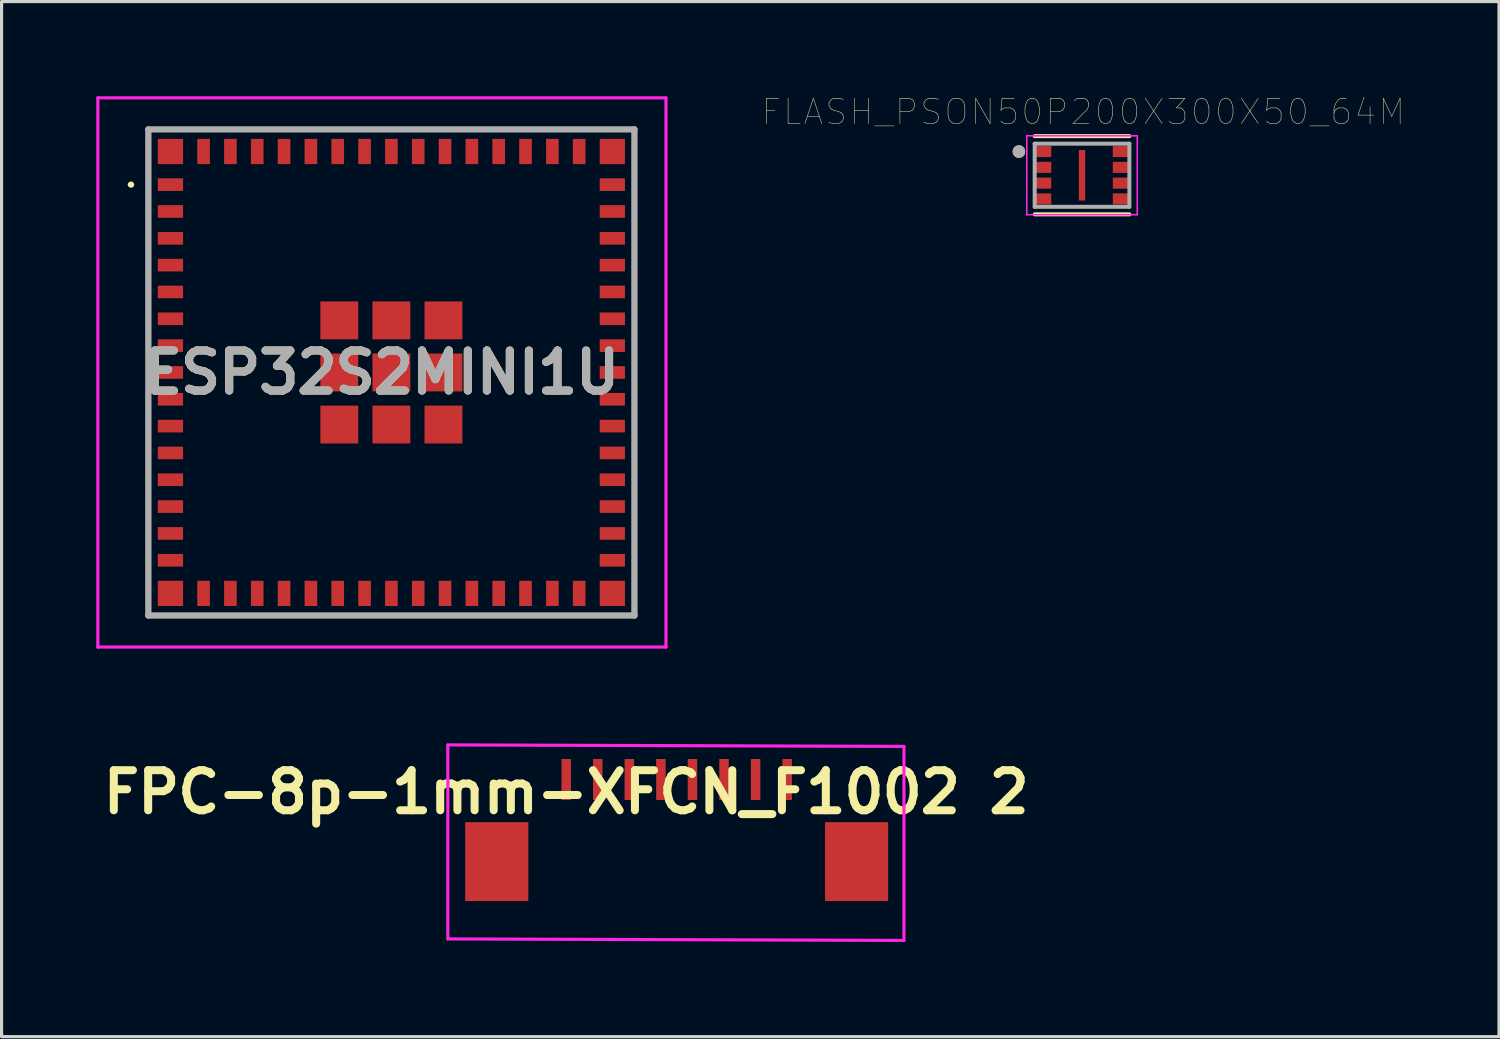
<source format=kicad_pcb>
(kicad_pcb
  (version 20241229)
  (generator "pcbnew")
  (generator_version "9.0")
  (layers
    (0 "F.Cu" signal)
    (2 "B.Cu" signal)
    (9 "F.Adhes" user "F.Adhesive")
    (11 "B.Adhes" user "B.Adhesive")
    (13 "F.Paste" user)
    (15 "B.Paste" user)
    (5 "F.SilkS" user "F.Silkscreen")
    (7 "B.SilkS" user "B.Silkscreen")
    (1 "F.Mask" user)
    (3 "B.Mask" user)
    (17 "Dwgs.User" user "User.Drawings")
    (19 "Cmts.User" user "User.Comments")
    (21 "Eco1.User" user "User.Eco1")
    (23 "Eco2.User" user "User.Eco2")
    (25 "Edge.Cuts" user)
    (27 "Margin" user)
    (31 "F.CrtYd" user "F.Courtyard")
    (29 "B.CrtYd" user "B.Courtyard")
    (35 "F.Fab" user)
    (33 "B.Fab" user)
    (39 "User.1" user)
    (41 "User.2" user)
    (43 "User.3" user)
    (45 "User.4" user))
  (footprint "ESP32S2MINI1U"
    (layer "F.Cu")
    (at 9.35 8.75)
    (property "Reference" "ESP32S2MINI1U" (at -0.3 0 0) (layer "F.SilkS") (effects (font (size 1.27 1.27) (thickness 0.254))))
    (attr smd)
    (fp_line (start -8.3 -5.95) (end -8.3 -5.95) (stroke (width 0.1) (type solid)) (layer "F.SilkS"))
    (fp_line (start -8.2 -5.95) (end -8.2 -5.95) (stroke (width 0.1) (type solid)) (layer "F.SilkS"))
    (fp_arc (start -8.3 -5.95) (mid -8.25 -6) (end -8.2 -5.95) (stroke (width 0.1) (type solid)) (layer "F.SilkS"))
    (fp_arc (start -8.2 -5.95) (mid -8.25 -5.9) (end -8.3 -5.95) (stroke (width 0.1) (type solid)) (layer "F.SilkS"))
    (fp_line (start -9.3 -8.7) (end 8.7 -8.7) (stroke (width 0.1) (type solid)) (layer "F.CrtYd"))
    (fp_line (start -9.3 8.7) (end -9.3 -8.7) (stroke (width 0.1) (type solid)) (layer "F.CrtYd"))
    (fp_line (start 8.7 -8.7) (end 8.7 8.7) (stroke (width 0.1) (type solid)) (layer "F.CrtYd"))
    (fp_line (start 8.7 8.7) (end -9.3 8.7) (stroke (width 0.1) (type solid)) (layer "F.CrtYd"))
    (fp_line (start -7.7 -7.7) (end 7.7 -7.7) (stroke (width 0.2) (type solid)) (layer "F.Fab"))
    (fp_line (start -7.7 7.7) (end -7.7 -7.7) (stroke (width 0.2) (type solid)) (layer "F.Fab"))
    (fp_line (start 7.7 -7.7) (end 7.7 7.7) (stroke (width 0.2) (type solid)) (layer "F.Fab"))
    (fp_line (start 7.7 7.7) (end -7.7 7.7) (stroke (width 0.2) (type solid)) (layer "F.Fab"))
    (fp_text user "${REFERENCE}" (at -0.3 0 0) (layer "F.Fab") (effects (font (size 1.27 1.27) (thickness 0.254))))
    (pad "1" smd rect (at -7 -5.95 90) (size 0.4 0.8) (layers "F.Cu" "F.Mask" "F.Paste"))
    (pad "2" smd rect (at -7 -5.1 90) (size 0.4 0.8) (layers "F.Cu" "F.Mask" "F.Paste"))
    (pad "3" smd rect (at -7 -4.25 90) (size 0.4 0.8) (layers "F.Cu" "F.Mask" "F.Paste"))
    (pad "4" smd rect (at -7 -3.4 90) (size 0.4 0.8) (layers "F.Cu" "F.Mask" "F.Paste"))
    (pad "5" smd rect (at -7 -2.55 90) (size 0.4 0.8) (layers "F.Cu" "F.Mask" "F.Paste"))
    (pad "6" smd rect (at -7 -1.7 90) (size 0.4 0.8) (layers "F.Cu" "F.Mask" "F.Paste"))
    (pad "7" smd rect (at -7 -0.85 90) (size 0.4 0.8) (layers "F.Cu" "F.Mask" "F.Paste"))
    (pad "8" smd rect (at -7 0 90) (size 0.4 0.8) (layers "F.Cu" "F.Mask" "F.Paste"))
    (pad "9" smd rect (at -7 0.85 90) (size 0.4 0.8) (layers "F.Cu" "F.Mask" "F.Paste"))
    (pad "10" smd rect (at -7 1.7 90) (size 0.4 0.8) (layers "F.Cu" "F.Mask" "F.Paste"))
    (pad "11" smd rect (at -7 2.55 90) (size 0.4 0.8) (layers "F.Cu" "F.Mask" "F.Paste"))
    (pad "12" smd rect (at -7 3.4 90) (size 0.4 0.8) (layers "F.Cu" "F.Mask" "F.Paste"))
    (pad "13" smd rect (at -7 4.25 90) (size 0.4 0.8) (layers "F.Cu" "F.Mask" "F.Paste"))
    (pad "14" smd rect (at -7 5.1 90) (size 0.4 0.8) (layers "F.Cu" "F.Mask" "F.Paste"))
    (pad "15" smd rect (at -7 5.95 90) (size 0.4 0.8) (layers "F.Cu" "F.Mask" "F.Paste"))
    (pad "16" smd rect (at -5.95 7) (size 0.4 0.8) (layers "F.Cu" "F.Mask" "F.Paste"))
    (pad "17" smd rect (at -5.1 7) (size 0.4 0.8) (layers "F.Cu" "F.Mask" "F.Paste"))
    (pad "18" smd rect (at -4.25 7) (size 0.4 0.8) (layers "F.Cu" "F.Mask" "F.Paste"))
    (pad "19" smd rect (at -3.4 7) (size 0.4 0.8) (layers "F.Cu" "F.Mask" "F.Paste"))
    (pad "20" smd rect (at -2.55 7) (size 0.4 0.8) (layers "F.Cu" "F.Mask" "F.Paste"))
    (pad "21" smd rect (at -1.7 7) (size 0.4 0.8) (layers "F.Cu" "F.Mask" "F.Paste"))
    (pad "22" smd rect (at -0.85 7) (size 0.4 0.8) (layers "F.Cu" "F.Mask" "F.Paste"))
    (pad "23" smd rect (at 0 7) (size 0.4 0.8) (layers "F.Cu" "F.Mask" "F.Paste"))
    (pad "24" smd rect (at 0.85 7) (size 0.4 0.8) (layers "F.Cu" "F.Mask" "F.Paste"))
    (pad "25" smd rect (at 1.7 7) (size 0.4 0.8) (layers "F.Cu" "F.Mask" "F.Paste"))
    (pad "26" smd rect (at 2.55 7) (size 0.4 0.8) (layers "F.Cu" "F.Mask" "F.Paste"))
    (pad "27" smd rect (at 3.4 7) (size 0.4 0.8) (layers "F.Cu" "F.Mask" "F.Paste"))
    (pad "28" smd rect (at 4.25 7) (size 0.4 0.8) (layers "F.Cu" "F.Mask" "F.Paste"))
    (pad "29" smd rect (at 5.1 7) (size 0.4 0.8) (layers "F.Cu" "F.Mask" "F.Paste"))
    (pad "30" smd rect (at 5.95 7) (size 0.4 0.8) (layers "F.Cu" "F.Mask" "F.Paste"))
    (pad "31" smd rect (at 7 5.95 90) (size 0.4 0.8) (layers "F.Cu" "F.Mask" "F.Paste"))
    (pad "32" smd rect (at 7 5.1 90) (size 0.4 0.8) (layers "F.Cu" "F.Mask" "F.Paste"))
    (pad "33" smd rect (at 7 4.25 90) (size 0.4 0.8) (layers "F.Cu" "F.Mask" "F.Paste"))
    (pad "34" smd rect (at 7 3.4 90) (size 0.4 0.8) (layers "F.Cu" "F.Mask" "F.Paste"))
    (pad "35" smd rect (at 7 2.55 90) (size 0.4 0.8) (layers "F.Cu" "F.Mask" "F.Paste"))
    (pad "36" smd rect (at 7 1.7 90) (size 0.4 0.8) (layers "F.Cu" "F.Mask" "F.Paste"))
    (pad "37" smd rect (at 7 0.85 90) (size 0.4 0.8) (layers "F.Cu" "F.Mask" "F.Paste"))
    (pad "38" smd rect (at 7 0 90) (size 0.4 0.8) (layers "F.Cu" "F.Mask" "F.Paste"))
    (pad "39" smd rect (at 7 -0.85 90) (size 0.4 0.8) (layers "F.Cu" "F.Mask" "F.Paste"))
    (pad "40" smd rect (at 7 -1.7 90) (size 0.4 0.8) (layers "F.Cu" "F.Mask" "F.Paste"))
    (pad "41" smd rect (at 7 -2.55 90) (size 0.4 0.8) (layers "F.Cu" "F.Mask" "F.Paste"))
    (pad "42" smd rect (at 7 -3.4 90) (size 0.4 0.8) (layers "F.Cu" "F.Mask" "F.Paste"))
    (pad "43" smd rect (at 7 -4.25 90) (size 0.4 0.8) (layers "F.Cu" "F.Mask" "F.Paste"))
    (pad "44" smd rect (at 7 -5.1 90) (size 0.4 0.8) (layers "F.Cu" "F.Mask" "F.Paste"))
    (pad "45" smd rect (at 7 -5.95 90) (size 0.4 0.8) (layers "F.Cu" "F.Mask" "F.Paste"))
    (pad "46" smd rect (at 5.95 -7) (size 0.4 0.8) (layers "F.Cu" "F.Mask" "F.Paste"))
    (pad "47" smd rect (at 5.1 -7) (size 0.4 0.8) (layers "F.Cu" "F.Mask" "F.Paste"))
    (pad "48" smd rect (at 4.25 -7) (size 0.4 0.8) (layers "F.Cu" "F.Mask" "F.Paste"))
    (pad "49" smd rect (at 3.4 -7) (size 0.4 0.8) (layers "F.Cu" "F.Mask" "F.Paste"))
    (pad "50" smd rect (at 2.55 -7) (size 0.4 0.8) (layers "F.Cu" "F.Mask" "F.Paste"))
    (pad "51" smd rect (at 1.7 -7) (size 0.4 0.8) (layers "F.Cu" "F.Mask" "F.Paste"))
    (pad "52" smd rect (at 0.85 -7) (size 0.4 0.8) (layers "F.Cu" "F.Mask" "F.Paste"))
    (pad "53" smd rect (at 0 -7) (size 0.4 0.8) (layers "F.Cu" "F.Mask" "F.Paste"))
    (pad "54" smd rect (at -0.85 -7) (size 0.4 0.8) (layers "F.Cu" "F.Mask" "F.Paste"))
    (pad "55" smd rect (at -1.7 -7) (size 0.4 0.8) (layers "F.Cu" "F.Mask" "F.Paste"))
    (pad "56" smd rect (at -2.55 -7) (size 0.4 0.8) (layers "F.Cu" "F.Mask" "F.Paste"))
    (pad "57" smd rect (at -3.4 -7) (size 0.4 0.8) (layers "F.Cu" "F.Mask" "F.Paste"))
    (pad "58" smd rect (at -4.25 -7) (size 0.4 0.8) (layers "F.Cu" "F.Mask" "F.Paste"))
    (pad "59" smd rect (at -5.1 -7) (size 0.4 0.8) (layers "F.Cu" "F.Mask" "F.Paste"))
    (pad "60" smd rect (at -5.95 -7) (size 0.4 0.8) (layers "F.Cu" "F.Mask" "F.Paste"))
    (pad "61" smd rect (at 0 0 90) (size 1.2 1.2) (layers "F.Cu" "F.Mask" "F.Paste"))
    (pad "62" smd rect (at -7 -7 90) (size 0.8 0.8) (layers "F.Cu" "F.Mask" "F.Paste"))
    (pad "63" smd rect (at -7 7 90) (size 0.8 0.8) (layers "F.Cu" "F.Mask" "F.Paste"))
    (pad "64" smd rect (at 7 7 90) (size 0.8 0.8) (layers "F.Cu" "F.Mask" "F.Paste"))
    (pad "65" smd rect (at 7 -7 90) (size 0.8 0.8) (layers "F.Cu" "F.Mask" "F.Paste"))
    (pad "66" smd rect (at -1.65 -1.65 90) (size 1.2 1.2) (layers "F.Cu" "F.Mask" "F.Paste"))
    (pad "67" smd rect (at -1.65 0 90) (size 1.2 1.2) (layers "F.Cu" "F.Mask" "F.Paste"))
    (pad "68" smd rect (at -1.65 1.65 90) (size 1.2 1.2) (layers "F.Cu" "F.Mask" "F.Paste"))
    (pad "69" smd rect (at 0 1.65 90) (size 1.2 1.2) (layers "F.Cu" "F.Mask" "F.Paste"))
    (pad "70" smd rect (at 1.65 1.65 90) (size 1.2 1.2) (layers "F.Cu" "F.Mask" "F.Paste"))
    (pad "71" smd rect (at 1.65 0 90) (size 1.2 1.2) (layers "F.Cu" "F.Mask" "F.Paste"))
    (pad "72" smd rect (at 1.65 -1.65 90) (size 1.2 1.2) (layers "F.Cu" "F.Mask" "F.Paste"))
    (pad "73" smd rect (at 0 -1.65 90) (size 1.2 1.2) (layers "F.Cu" "F.Mask" "F.Paste")))
  (footprint "FPC-8p-1mm-XFCN_F1002 2"
    (layer "F.Cu")
    (at 14.889 21.647)
    (property "Reference" "FPC-8p-1mm-XFCN_F1002 2" (at 0 0.4 0) (layer "F.SilkS") (effects (font (size 1.27 1.27) (thickness 0.254))))
    (attr through_hole)
    (fp_line (start -3.75 -1.097) (end -3.75 5.05) (stroke (width 0.1) (type solid)) (layer "F.CrtYd"))
    (fp_line (start -3.75 5.05) (end 10.7 5.098) (stroke (width 0.1) (type solid)) (layer "F.CrtYd"))
    (fp_line (start 10.7 -1.049) (end -3.75 -1.097) (stroke (width 0.1) (type solid)) (layer "F.CrtYd"))
    (fp_line (start 10.7 5.098) (end 10.7 -1.049) (stroke (width 0.1) (type solid)) (layer "F.CrtYd"))
    (pad "0" smd rect (at -2.2 2.6) (size 2 2.5) (layers "F.Cu" "F.Mask" "F.Paste"))
    (pad "0" smd rect (at 9.2 2.6) (size 2 2.5) (layers "F.Cu" "F.Mask" "F.Paste"))
    (pad "1" smd rect (at 0 0) (size 0.3 1.3) (layers "F.Cu" "F.Mask" "F.Paste"))
    (pad "2" smd rect (at 1 0) (size 0.3 1.3) (layers "F.Cu" "F.Mask" "F.Paste"))
    (pad "3" smd rect (at 2 0) (size 0.3 1.3) (layers "F.Cu" "F.Mask" "F.Paste"))
    (pad "4" smd rect (at 3 0) (size 0.3 1.3) (layers "F.Cu" "F.Mask" "F.Paste"))
    (pad "5" smd rect (at 4 0) (size 0.3 1.3) (layers "F.Cu" "F.Mask" "F.Paste"))
    (pad "6" smd rect (at 5 0) (size 0.3 1.3) (layers "F.Cu" "F.Mask" "F.Paste"))
    (pad "7" smd rect (at 6 0) (size 0.3 1.3) (layers "F.Cu" "F.Mask" "F.Paste"))
    (pad "8" smd rect (at 7 0) (size 0.3 1.3) (layers "F.Cu" "F.Mask" "F.Paste")))
  (footprint "FLASH_PSON50P200X300X50_64M"
    (layer "F.Cu")
    (at 31.231 2.502)
    (property "Reference" "FLASH_PSON50P200X300X50_64M" (at 0.04 -2.008 0) (layer "F.SilkS") (effects (font (size 0.8 0.8) (thickness 0.015))))
    (attr through_hole)
    (fp_line (start -1.5 -1.239) (end 1.5 -1.239) (stroke (width 0.127) (type solid)) (layer "F.SilkS"))
    (fp_line (start -1.5 1.239) (end 1.5 1.239) (stroke (width 0.127) (type solid)) (layer "F.SilkS"))
    (fp_circle (center -2 -0.75) (end -1.9 -0.75) (stroke (width 0.2) (type solid)) (fill no) (layer "F.SilkS"))
    (fp_poly (pts (xy -0.06 -0.51) (xy 0.06 -0.51) (xy 0.06 0.51) (xy -0.06 0.51)) (stroke (width 0.01) (type solid)) (fill yes) (layer "F.Paste"))
    (fp_line (start -1.75 -1.25) (end -1.75 1.25) (stroke (width 0.05) (type solid)) (layer "F.CrtYd"))
    (fp_line (start -1.75 -1.25) (end 1.75 -1.25) (stroke (width 0.05) (type solid)) (layer "F.CrtYd"))
    (fp_line (start -1.75 1.25) (end 1.75 1.25) (stroke (width 0.05) (type solid)) (layer "F.CrtYd"))
    (fp_line (start 1.75 -1.25) (end 1.75 1.25) (stroke (width 0.05) (type solid)) (layer "F.CrtYd"))
    (fp_line (start -1.5 -1) (end -1.5 1) (stroke (width 0.127) (type solid)) (layer "F.Fab"))
    (fp_line (start -1.5 -1) (end 1.5 -1) (stroke (width 0.127) (type solid)) (layer "F.Fab"))
    (fp_line (start -1.5 1) (end 1.5 1) (stroke (width 0.127) (type solid)) (layer "F.Fab"))
    (fp_line (start 1.5 -1) (end 1.5 1) (stroke (width 0.127) (type solid)) (layer "F.Fab"))
    (fp_circle (center -2 -0.75) (end -1.9 -0.75) (stroke (width 0.2) (type solid)) (fill no) (layer "F.Fab"))
    (pad "1" smd rect (at -1.22 -0.75) (size 0.49 0.35) (layers "F.Cu" "F.Mask" "F.Paste"))
    (pad "2" smd rect (at -1.22 -0.25) (size 0.49 0.35) (layers "F.Cu" "F.Mask" "F.Paste"))
    (pad "3" smd rect (at -1.22 0.25) (size 0.49 0.35) (layers "F.Cu" "F.Mask" "F.Paste"))
    (pad "4" smd rect (at -1.22 0.75) (size 0.49 0.35) (layers "F.Cu" "F.Mask" "F.Paste"))
    (pad "5" smd rect (at 1.22 0.75) (size 0.49 0.35) (layers "F.Cu" "F.Mask" "F.Paste"))
    (pad "6" smd rect (at 1.22 0.25) (size 0.49 0.35) (layers "F.Cu" "F.Mask" "F.Paste"))
    (pad "7" smd rect (at 1.22 -0.25) (size 0.49 0.35) (layers "F.Cu" "F.Mask" "F.Paste"))
    (pad "8" smd rect (at 1.22 -0.75) (size 0.49 0.35) (layers "F.Cu" "F.Mask" "F.Paste"))
    (pad "9" smd rect (at 0 0) (size 0.2 1.6) (layers "F.Cu" "F.Mask")))
  (gr_rect
    (start -3 -3)
    (end 44.442 29.794)
    (stroke (width 0.1) (type default))
    (fill no)
    (layer "Edge.Cuts")))
</source>
